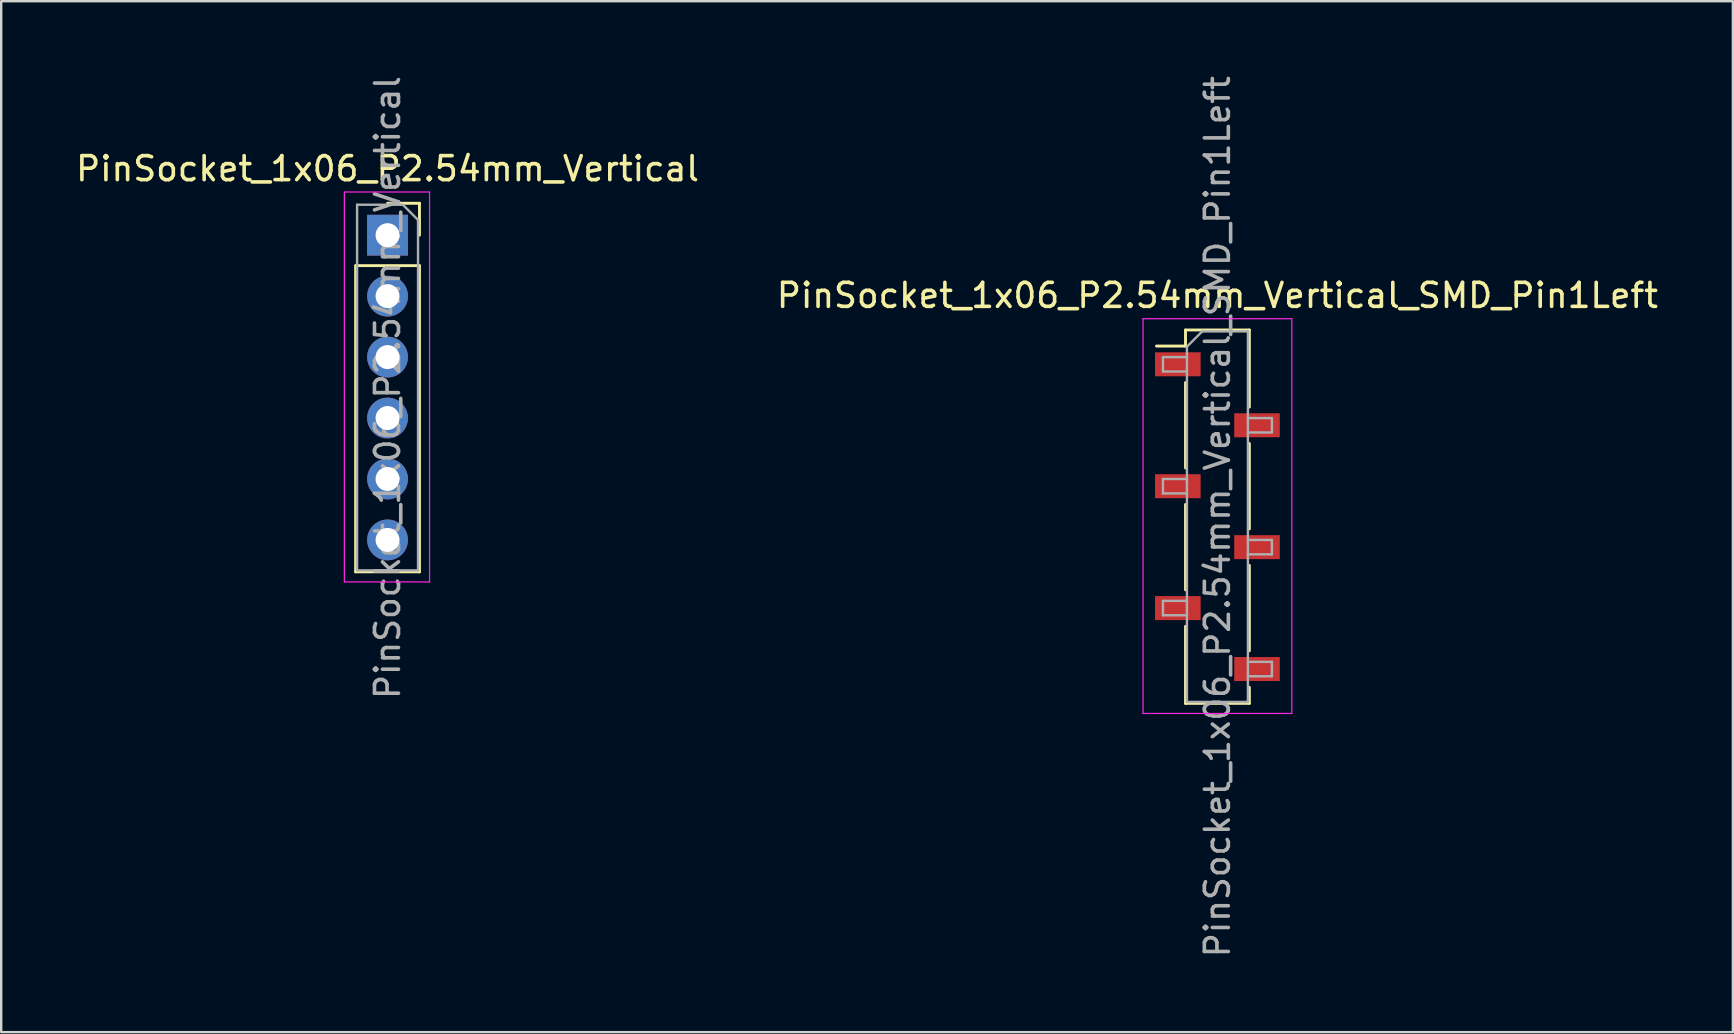
<source format=kicad_pcb>
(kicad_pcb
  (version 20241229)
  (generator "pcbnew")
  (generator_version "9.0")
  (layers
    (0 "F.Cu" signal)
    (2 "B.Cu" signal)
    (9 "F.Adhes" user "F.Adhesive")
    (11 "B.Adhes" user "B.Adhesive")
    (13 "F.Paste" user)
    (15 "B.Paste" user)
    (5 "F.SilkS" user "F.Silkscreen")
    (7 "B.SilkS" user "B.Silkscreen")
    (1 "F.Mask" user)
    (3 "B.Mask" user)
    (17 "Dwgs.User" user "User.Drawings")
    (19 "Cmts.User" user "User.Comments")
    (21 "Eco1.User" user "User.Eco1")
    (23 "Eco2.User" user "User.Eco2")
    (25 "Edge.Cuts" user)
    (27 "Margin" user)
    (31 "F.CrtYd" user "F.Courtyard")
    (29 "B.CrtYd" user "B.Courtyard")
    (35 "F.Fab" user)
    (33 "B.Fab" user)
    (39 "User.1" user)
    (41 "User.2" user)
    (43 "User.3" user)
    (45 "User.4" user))
  (footprint "PinSocket_1x06_P2.54mm_Vertical_SMD_Pin1Left"
    (layer "F.Cu")
    (at 47.685 18.482)
    (property "Reference" "PinSocket_1x06_P2.54mm_Vertical_SMD_Pin1Left" (at 0 -9.22 0) (layer "F.SilkS") (effects (font (size 1 1) (thickness 0.15))))
    (attr smd)
    (fp_line (start -2.54 -7.11) (end -1.33 -7.11) (stroke (width 0.12) (type solid)) (layer "F.SilkS"))
    (fp_line (start -1.33 -7.78) (end -1.33 -7.11) (stroke (width 0.12) (type solid)) (layer "F.SilkS"))
    (fp_line (start -1.33 -7.78) (end 1.33 -7.78) (stroke (width 0.12) (type solid)) (layer "F.SilkS"))
    (fp_line (start -1.33 -5.59) (end -1.33 -2.03) (stroke (width 0.12) (type solid)) (layer "F.SilkS"))
    (fp_line (start -1.33 -0.51) (end -1.33 3.05) (stroke (width 0.12) (type solid)) (layer "F.SilkS"))
    (fp_line (start -1.33 4.57) (end -1.33 7.78) (stroke (width 0.12) (type solid)) (layer "F.SilkS"))
    (fp_line (start -1.33 7.78) (end 1.33 7.78) (stroke (width 0.12) (type solid)) (layer "F.SilkS"))
    (fp_line (start 1.33 -7.78) (end 1.33 -4.57) (stroke (width 0.12) (type solid)) (layer "F.SilkS"))
    (fp_line (start 1.33 -3.05) (end 1.33 0.51) (stroke (width 0.12) (type solid)) (layer "F.SilkS"))
    (fp_line (start 1.33 2.03) (end 1.33 5.59) (stroke (width 0.12) (type solid)) (layer "F.SilkS"))
    (fp_line (start 1.33 7.11) (end 1.33 7.78) (stroke (width 0.12) (type solid)) (layer "F.SilkS"))
    (fp_line (start -3.1 -8.25) (end 3.1 -8.25) (stroke (width 0.05) (type solid)) (layer "F.CrtYd"))
    (fp_line (start -3.1 8.2) (end -3.1 -8.25) (stroke (width 0.05) (type solid)) (layer "F.CrtYd"))
    (fp_line (start 3.1 -8.25) (end 3.1 8.2) (stroke (width 0.05) (type solid)) (layer "F.CrtYd"))
    (fp_line (start 3.1 8.2) (end -3.1 8.2) (stroke (width 0.05) (type solid)) (layer "F.CrtYd"))
    (fp_line (start -2.27 -6.65) (end -1.27 -6.65) (stroke (width 0.1) (type solid)) (layer "F.Fab"))
    (fp_line (start -2.27 -6.05) (end -2.27 -6.65) (stroke (width 0.1) (type solid)) (layer "F.Fab"))
    (fp_line (start -2.27 -1.57) (end -1.27 -1.57) (stroke (width 0.1) (type solid)) (layer "F.Fab"))
    (fp_line (start -2.27 -0.97) (end -2.27 -1.57) (stroke (width 0.1) (type solid)) (layer "F.Fab"))
    (fp_line (start -2.27 3.51) (end -1.27 3.51) (stroke (width 0.1) (type solid)) (layer "F.Fab"))
    (fp_line (start -2.27 4.11) (end -2.27 3.51) (stroke (width 0.1) (type solid)) (layer "F.Fab"))
    (fp_line (start -1.27 -7.085) (end -0.635 -7.72) (stroke (width 0.1) (type solid)) (layer "F.Fab"))
    (fp_line (start -1.27 -6.05) (end -2.27 -6.05) (stroke (width 0.1) (type solid)) (layer "F.Fab"))
    (fp_line (start -1.27 -0.97) (end -2.27 -0.97) (stroke (width 0.1) (type solid)) (layer "F.Fab"))
    (fp_line (start -1.27 4.11) (end -2.27 4.11) (stroke (width 0.1) (type solid)) (layer "F.Fab"))
    (fp_line (start -1.27 7.72) (end -1.27 -7.085) (stroke (width 0.1) (type solid)) (layer "F.Fab"))
    (fp_line (start -0.635 -7.72) (end 1.27 -7.72) (stroke (width 0.1) (type solid)) (layer "F.Fab"))
    (fp_line (start 1.27 -7.72) (end 1.27 7.72) (stroke (width 0.1) (type solid)) (layer "F.Fab"))
    (fp_line (start 1.27 -4.11) (end 2.27 -4.11) (stroke (width 0.1) (type solid)) (layer "F.Fab"))
    (fp_line (start 1.27 0.97) (end 2.27 0.97) (stroke (width 0.1) (type solid)) (layer "F.Fab"))
    (fp_line (start 1.27 6.05) (end 2.27 6.05) (stroke (width 0.1) (type solid)) (layer "F.Fab"))
    (fp_line (start 1.27 7.72) (end -1.27 7.72) (stroke (width 0.1) (type solid)) (layer "F.Fab"))
    (fp_line (start 2.27 -4.11) (end 2.27 -3.51) (stroke (width 0.1) (type solid)) (layer "F.Fab"))
    (fp_line (start 2.27 -3.51) (end 1.27 -3.51) (stroke (width 0.1) (type solid)) (layer "F.Fab"))
    (fp_line (start 2.27 0.97) (end 2.27 1.57) (stroke (width 0.1) (type solid)) (layer "F.Fab"))
    (fp_line (start 2.27 1.57) (end 1.27 1.57) (stroke (width 0.1) (type solid)) (layer "F.Fab"))
    (fp_line (start 2.27 6.05) (end 2.27 6.65) (stroke (width 0.1) (type solid)) (layer "F.Fab"))
    (fp_line (start 2.27 6.65) (end 1.27 6.65) (stroke (width 0.1) (type solid)) (layer "F.Fab"))
    (fp_text user "${REFERENCE}" (at 0 0 90) (layer "F.Fab") (effects (font (size 1 1) (thickness 0.15))))
    (pad "1" smd rect (at -1.65 -6.35) (size 1.9 1) (layers "F.Cu" "F.Mask" "F.Paste"))
    (pad "2" smd rect (at 1.65 -3.81) (size 1.9 1) (layers "F.Cu" "F.Mask" "F.Paste"))
    (pad "3" smd rect (at -1.65 -1.27) (size 1.9 1) (layers "F.Cu" "F.Mask" "F.Paste"))
    (pad "4" smd rect (at 1.65 1.27) (size 1.9 1) (layers "F.Cu" "F.Mask" "F.Paste"))
    (pad "5" smd rect (at -1.65 3.81) (size 1.9 1) (layers "F.Cu" "F.Mask" "F.Paste"))
    (pad "6" smd rect (at 1.65 6.35) (size 1.9 1) (layers "F.Cu" "F.Mask" "F.Paste")))
  (footprint "PinSocket_1x06_P2.54mm_Vertical"
    (layer "F.Cu")
    (at 13.101 6.751)
    (property "Reference" "PinSocket_1x06_P2.54mm_Vertical" (at 0 -2.77 0) (layer "F.SilkS") (effects (font (size 1 1) (thickness 0.15))))
    (attr through_hole)
    (fp_line (start -1.33 1.27) (end -1.33 14.03) (stroke (width 0.12) (type solid)) (layer "F.SilkS"))
    (fp_line (start -1.33 1.27) (end 1.33 1.27) (stroke (width 0.12) (type solid)) (layer "F.SilkS"))
    (fp_line (start -1.33 14.03) (end 1.33 14.03) (stroke (width 0.12) (type solid)) (layer "F.SilkS"))
    (fp_line (start 0 -1.33) (end 1.33 -1.33) (stroke (width 0.12) (type solid)) (layer "F.SilkS"))
    (fp_line (start 1.33 -1.33) (end 1.33 0) (stroke (width 0.12) (type solid)) (layer "F.SilkS"))
    (fp_line (start 1.33 1.27) (end 1.33 14.03) (stroke (width 0.12) (type solid)) (layer "F.SilkS"))
    (fp_line (start -1.8 -1.8) (end 1.75 -1.8) (stroke (width 0.05) (type solid)) (layer "F.CrtYd"))
    (fp_line (start -1.8 14.45) (end -1.8 -1.8) (stroke (width 0.05) (type solid)) (layer "F.CrtYd"))
    (fp_line (start 1.75 -1.8) (end 1.75 14.45) (stroke (width 0.05) (type solid)) (layer "F.CrtYd"))
    (fp_line (start 1.75 14.45) (end -1.8 14.45) (stroke (width 0.05) (type solid)) (layer "F.CrtYd"))
    (fp_line (start -1.27 -1.27) (end 0.635 -1.27) (stroke (width 0.1) (type solid)) (layer "F.Fab"))
    (fp_line (start -1.27 13.97) (end -1.27 -1.27) (stroke (width 0.1) (type solid)) (layer "F.Fab"))
    (fp_line (start 0.635 -1.27) (end 1.27 -0.635) (stroke (width 0.1) (type solid)) (layer "F.Fab"))
    (fp_line (start 1.27 -0.635) (end 1.27 13.97) (stroke (width 0.1) (type solid)) (layer "F.Fab"))
    (fp_line (start 1.27 13.97) (end -1.27 13.97) (stroke (width 0.1) (type solid)) (layer "F.Fab"))
    (fp_text user "${REFERENCE}" (at 0 6.35 90) (layer "F.Fab") (effects (font (size 1 1) (thickness 0.15))))
    (pad "1" thru_hole rect (at 0 0) (size 1.7 1.7) (drill 1) (layers "*.Cu" "*.Mask"))
    (pad "2" thru_hole oval (at 0 2.54) (size 1.7 1.7) (drill 1) (layers "*.Cu" "*.Mask"))
    (pad "3" thru_hole oval (at 0 5.08) (size 1.7 1.7) (drill 1) (layers "*.Cu" "*.Mask"))
    (pad "4" thru_hole oval (at 0 7.62) (size 1.7 1.7) (drill 1) (layers "*.Cu" "*.Mask"))
    (pad "5" thru_hole oval (at 0 10.16) (size 1.7 1.7) (drill 1) (layers "*.Cu" "*.Mask"))
    (pad "6" thru_hole oval (at 0 12.7) (size 1.7 1.7) (drill 1) (layers "*.Cu" "*.Mask")))
  (gr_rect
    (start -3 -3)
    (end 69.167 39.964)
    (stroke (width 0.1) (type default))
    (fill no)
    (layer "Edge.Cuts")))
</source>
